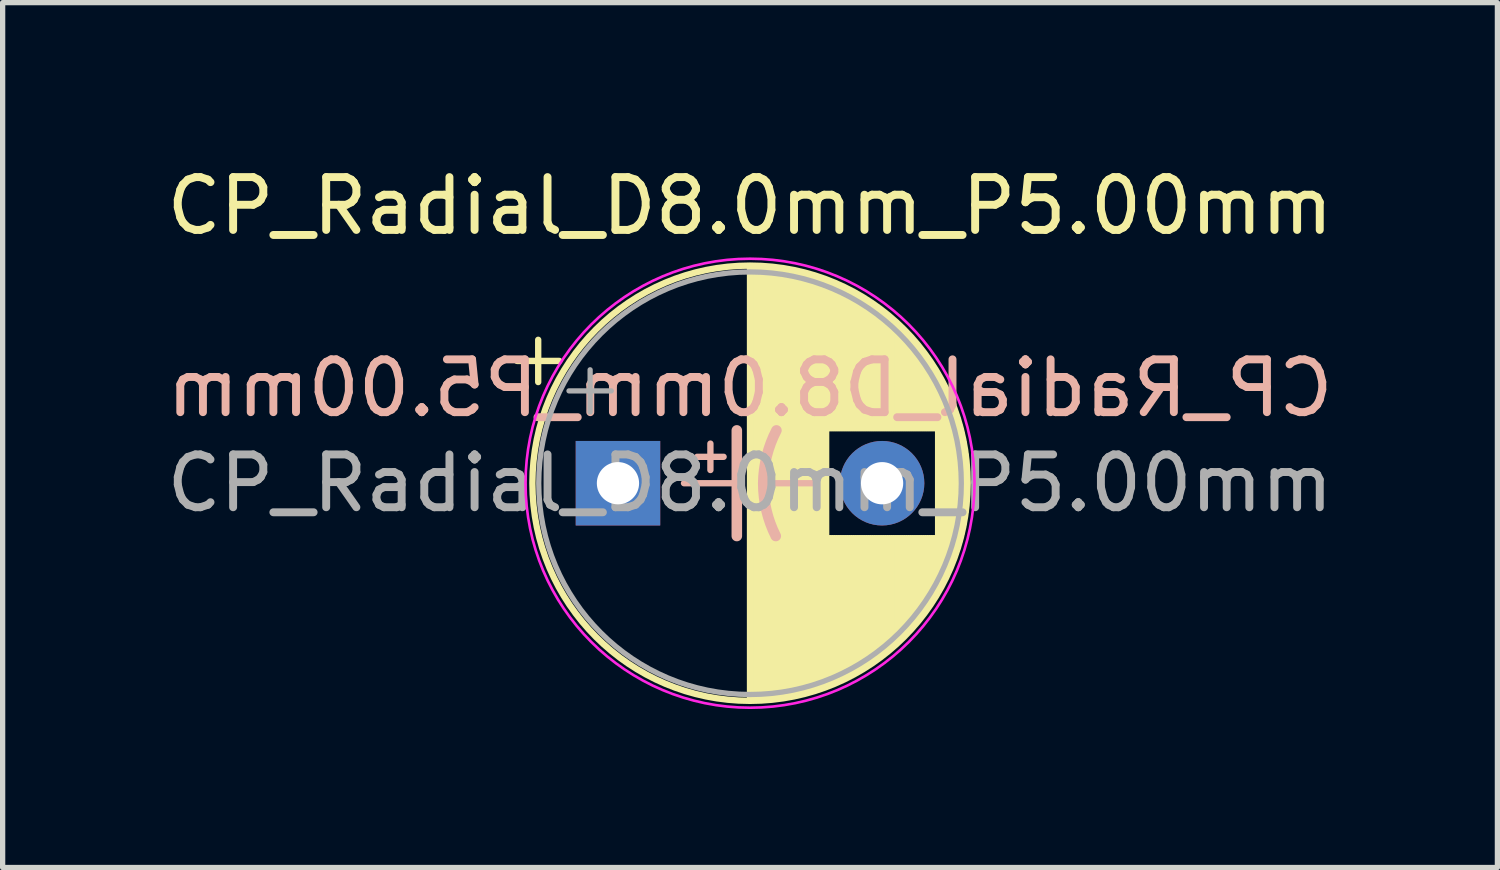
<source format=kicad_pcb>
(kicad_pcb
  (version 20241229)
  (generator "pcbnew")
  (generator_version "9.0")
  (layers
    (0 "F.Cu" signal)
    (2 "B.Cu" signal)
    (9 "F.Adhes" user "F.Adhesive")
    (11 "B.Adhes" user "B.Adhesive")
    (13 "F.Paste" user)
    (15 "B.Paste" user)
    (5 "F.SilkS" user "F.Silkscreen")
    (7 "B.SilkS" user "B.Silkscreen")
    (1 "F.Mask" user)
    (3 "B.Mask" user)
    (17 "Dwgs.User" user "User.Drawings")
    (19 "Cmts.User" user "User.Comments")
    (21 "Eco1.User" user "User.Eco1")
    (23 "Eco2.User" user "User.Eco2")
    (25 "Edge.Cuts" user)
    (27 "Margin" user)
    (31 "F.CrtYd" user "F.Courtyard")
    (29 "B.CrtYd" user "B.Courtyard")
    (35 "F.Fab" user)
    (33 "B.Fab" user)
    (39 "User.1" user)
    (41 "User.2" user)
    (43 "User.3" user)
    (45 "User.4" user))
  (footprint "CP_Radial_D8.0mm_P5.00mm"
    (layer "F.Cu")
    (at 8.649 6.098)
    (property "Reference" "CP_Radial_D8.0mm_P5.00mm" (at 2.5 -5.25 0) (layer "F.SilkS") (effects (font (size 1 1) (thickness 0.15))))
    (fp_line (start -1.91 -2.315) (end -1.11 -2.315) (stroke (width 0.12) (type solid)) (layer "F.SilkS"))
    (fp_line (start -1.51 -2.715) (end -1.51 -1.915) (stroke (width 0.12) (type solid)) (layer "F.SilkS"))
    (fp_line (start 2.5 -4.08) (end 2.5 4.08) (stroke (width 0.12) (type solid)) (layer "F.SilkS"))
    (fp_line (start 2.54 -4.08) (end 2.54 4.08) (stroke (width 0.12) (type solid)) (layer "F.SilkS"))
    (fp_line (start 2.58 -4.08) (end 2.58 4.08) (stroke (width 0.12) (type solid)) (layer "F.SilkS"))
    (fp_line (start 2.62 -4.079) (end 2.62 4.079) (stroke (width 0.12) (type solid)) (layer "F.SilkS"))
    (fp_line (start 2.66 -4.077) (end 2.66 4.077) (stroke (width 0.12) (type solid)) (layer "F.SilkS"))
    (fp_line (start 2.7 -4.076) (end 2.7 4.076) (stroke (width 0.12) (type solid)) (layer "F.SilkS"))
    (fp_line (start 2.74 -4.074) (end 2.74 4.074) (stroke (width 0.12) (type solid)) (layer "F.SilkS"))
    (fp_line (start 2.78 -4.071) (end 2.78 4.071) (stroke (width 0.12) (type solid)) (layer "F.SilkS"))
    (fp_line (start 2.82 -4.068) (end 2.82 4.068) (stroke (width 0.12) (type solid)) (layer "F.SilkS"))
    (fp_line (start 2.86 -4.065) (end 2.86 4.065) (stroke (width 0.12) (type solid)) (layer "F.SilkS"))
    (fp_line (start 2.9 -4.061) (end 2.9 4.061) (stroke (width 0.12) (type solid)) (layer "F.SilkS"))
    (fp_line (start 2.94 -4.057) (end 2.94 4.057) (stroke (width 0.12) (type solid)) (layer "F.SilkS"))
    (fp_line (start 2.98 -4.052) (end 2.98 4.052) (stroke (width 0.12) (type solid)) (layer "F.SilkS"))
    (fp_line (start 3.02 -4.048) (end 3.02 4.048) (stroke (width 0.12) (type solid)) (layer "F.SilkS"))
    (fp_line (start 3.06 -4.042) (end 3.06 4.042) (stroke (width 0.12) (type solid)) (layer "F.SilkS"))
    (fp_line (start 3.1 -4.037) (end 3.1 4.037) (stroke (width 0.12) (type solid)) (layer "F.SilkS"))
    (fp_line (start 3.14 -4.03) (end 3.14 4.03) (stroke (width 0.12) (type solid)) (layer "F.SilkS"))
    (fp_line (start 3.18 -4.024) (end 3.18 4.024) (stroke (width 0.12) (type solid)) (layer "F.SilkS"))
    (fp_line (start 3.221 -4.017) (end 3.221 4.017) (stroke (width 0.12) (type solid)) (layer "F.SilkS"))
    (fp_line (start 3.261 -4.01) (end 3.261 4.01) (stroke (width 0.12) (type solid)) (layer "F.SilkS"))
    (fp_line (start 3.301 -4.002) (end 3.301 4.002) (stroke (width 0.12) (type solid)) (layer "F.SilkS"))
    (fp_line (start 3.341 -3.994) (end 3.341 3.994) (stroke (width 0.12) (type solid)) (layer "F.SilkS"))
    (fp_line (start 3.381 -3.985) (end 3.381 3.985) (stroke (width 0.12) (type solid)) (layer "F.SilkS"))
    (fp_line (start 3.421 -3.976) (end 3.421 3.976) (stroke (width 0.12) (type solid)) (layer "F.SilkS"))
    (fp_line (start 3.461 -3.967) (end 3.461 3.967) (stroke (width 0.12) (type solid)) (layer "F.SilkS"))
    (fp_line (start 3.501 -3.957) (end 3.501 3.957) (stroke (width 0.12) (type solid)) (layer "F.SilkS"))
    (fp_line (start 3.541 -3.947) (end 3.541 3.947) (stroke (width 0.12) (type solid)) (layer "F.SilkS"))
    (fp_line (start 3.581 -3.936) (end 3.581 3.936) (stroke (width 0.12) (type solid)) (layer "F.SilkS"))
    (fp_line (start 3.621 -3.925) (end 3.621 3.925) (stroke (width 0.12) (type solid)) (layer "F.SilkS"))
    (fp_line (start 3.661 -3.914) (end 3.661 3.914) (stroke (width 0.12) (type solid)) (layer "F.SilkS"))
    (fp_line (start 3.701 -3.902) (end 3.701 3.902) (stroke (width 0.12) (type solid)) (layer "F.SilkS"))
    (fp_line (start 3.741 -3.889) (end 3.741 3.889) (stroke (width 0.12) (type solid)) (layer "F.SilkS"))
    (fp_line (start 3.781 -3.877) (end 3.781 3.877) (stroke (width 0.12) (type solid)) (layer "F.SilkS"))
    (fp_line (start 3.821 -3.863) (end 3.821 3.863) (stroke (width 0.12) (type solid)) (layer "F.SilkS"))
    (fp_line (start 3.861 -3.85) (end 3.861 3.85) (stroke (width 0.12) (type solid)) (layer "F.SilkS"))
    (fp_line (start 3.901 -3.835) (end 3.901 3.835) (stroke (width 0.12) (type solid)) (layer "F.SilkS"))
    (fp_line (start 3.941 -3.821) (end 3.941 3.821) (stroke (width 0.12) (type solid)) (layer "F.SilkS"))
    (fp_line (start 3.981 -3.805) (end 3.981 -1.04) (stroke (width 0.12) (type solid)) (layer "F.SilkS"))
    (fp_line (start 3.981 1.04) (end 3.981 3.805) (stroke (width 0.12) (type solid)) (layer "F.SilkS"))
    (fp_line (start 4.021 -3.79) (end 4.021 -1.04) (stroke (width 0.12) (type solid)) (layer "F.SilkS"))
    (fp_line (start 4.021 1.04) (end 4.021 3.79) (stroke (width 0.12) (type solid)) (layer "F.SilkS"))
    (fp_line (start 4.061 -3.774) (end 4.061 -1.04) (stroke (width 0.12) (type solid)) (layer "F.SilkS"))
    (fp_line (start 4.061 1.04) (end 4.061 3.774) (stroke (width 0.12) (type solid)) (layer "F.SilkS"))
    (fp_line (start 4.101 -3.757) (end 4.101 -1.04) (stroke (width 0.12) (type solid)) (layer "F.SilkS"))
    (fp_line (start 4.101 1.04) (end 4.101 3.757) (stroke (width 0.12) (type solid)) (layer "F.SilkS"))
    (fp_line (start 4.141 -3.74) (end 4.141 -1.04) (stroke (width 0.12) (type solid)) (layer "F.SilkS"))
    (fp_line (start 4.141 1.04) (end 4.141 3.74) (stroke (width 0.12) (type solid)) (layer "F.SilkS"))
    (fp_line (start 4.181 -3.722) (end 4.181 -1.04) (stroke (width 0.12) (type solid)) (layer "F.SilkS"))
    (fp_line (start 4.181 1.04) (end 4.181 3.722) (stroke (width 0.12) (type solid)) (layer "F.SilkS"))
    (fp_line (start 4.221 -3.704) (end 4.221 -1.04) (stroke (width 0.12) (type solid)) (layer "F.SilkS"))
    (fp_line (start 4.221 1.04) (end 4.221 3.704) (stroke (width 0.12) (type solid)) (layer "F.SilkS"))
    (fp_line (start 4.261 -3.686) (end 4.261 -1.04) (stroke (width 0.12) (type solid)) (layer "F.SilkS"))
    (fp_line (start 4.261 1.04) (end 4.261 3.686) (stroke (width 0.12) (type solid)) (layer "F.SilkS"))
    (fp_line (start 4.301 -3.666) (end 4.301 -1.04) (stroke (width 0.12) (type solid)) (layer "F.SilkS"))
    (fp_line (start 4.301 1.04) (end 4.301 3.666) (stroke (width 0.12) (type solid)) (layer "F.SilkS"))
    (fp_line (start 4.341 -3.647) (end 4.341 -1.04) (stroke (width 0.12) (type solid)) (layer "F.SilkS"))
    (fp_line (start 4.341 1.04) (end 4.341 3.647) (stroke (width 0.12) (type solid)) (layer "F.SilkS"))
    (fp_line (start 4.381 -3.627) (end 4.381 -1.04) (stroke (width 0.12) (type solid)) (layer "F.SilkS"))
    (fp_line (start 4.381 1.04) (end 4.381 3.627) (stroke (width 0.12) (type solid)) (layer "F.SilkS"))
    (fp_line (start 4.421 -3.606) (end 4.421 -1.04) (stroke (width 0.12) (type solid)) (layer "F.SilkS"))
    (fp_line (start 4.421 1.04) (end 4.421 3.606) (stroke (width 0.12) (type solid)) (layer "F.SilkS"))
    (fp_line (start 4.461 -3.584) (end 4.461 -1.04) (stroke (width 0.12) (type solid)) (layer "F.SilkS"))
    (fp_line (start 4.461 1.04) (end 4.461 3.584) (stroke (width 0.12) (type solid)) (layer "F.SilkS"))
    (fp_line (start 4.501 -3.562) (end 4.501 -1.04) (stroke (width 0.12) (type solid)) (layer "F.SilkS"))
    (fp_line (start 4.501 1.04) (end 4.501 3.562) (stroke (width 0.12) (type solid)) (layer "F.SilkS"))
    (fp_line (start 4.541 -3.54) (end 4.541 -1.04) (stroke (width 0.12) (type solid)) (layer "F.SilkS"))
    (fp_line (start 4.541 1.04) (end 4.541 3.54) (stroke (width 0.12) (type solid)) (layer "F.SilkS"))
    (fp_line (start 4.581 -3.517) (end 4.581 -1.04) (stroke (width 0.12) (type solid)) (layer "F.SilkS"))
    (fp_line (start 4.581 1.04) (end 4.581 3.517) (stroke (width 0.12) (type solid)) (layer "F.SilkS"))
    (fp_line (start 4.621 -3.493) (end 4.621 -1.04) (stroke (width 0.12) (type solid)) (layer "F.SilkS"))
    (fp_line (start 4.621 1.04) (end 4.621 3.493) (stroke (width 0.12) (type solid)) (layer "F.SilkS"))
    (fp_line (start 4.661 -3.469) (end 4.661 -1.04) (stroke (width 0.12) (type solid)) (layer "F.SilkS"))
    (fp_line (start 4.661 1.04) (end 4.661 3.469) (stroke (width 0.12) (type solid)) (layer "F.SilkS"))
    (fp_line (start 4.701 -3.444) (end 4.701 -1.04) (stroke (width 0.12) (type solid)) (layer "F.SilkS"))
    (fp_line (start 4.701 1.04) (end 4.701 3.444) (stroke (width 0.12) (type solid)) (layer "F.SilkS"))
    (fp_line (start 4.741 -3.418) (end 4.741 -1.04) (stroke (width 0.12) (type solid)) (layer "F.SilkS"))
    (fp_line (start 4.741 1.04) (end 4.741 3.418) (stroke (width 0.12) (type solid)) (layer "F.SilkS"))
    (fp_line (start 4.781 -3.392) (end 4.781 -1.04) (stroke (width 0.12) (type solid)) (layer "F.SilkS"))
    (fp_line (start 4.781 1.04) (end 4.781 3.392) (stroke (width 0.12) (type solid)) (layer "F.SilkS"))
    (fp_line (start 4.821 -3.365) (end 4.821 -1.04) (stroke (width 0.12) (type solid)) (layer "F.SilkS"))
    (fp_line (start 4.821 1.04) (end 4.821 3.365) (stroke (width 0.12) (type solid)) (layer "F.SilkS"))
    (fp_line (start 4.861 -3.338) (end 4.861 -1.04) (stroke (width 0.12) (type solid)) (layer "F.SilkS"))
    (fp_line (start 4.861 1.04) (end 4.861 3.338) (stroke (width 0.12) (type solid)) (layer "F.SilkS"))
    (fp_line (start 4.901 -3.309) (end 4.901 -1.04) (stroke (width 0.12) (type solid)) (layer "F.SilkS"))
    (fp_line (start 4.901 1.04) (end 4.901 3.309) (stroke (width 0.12) (type solid)) (layer "F.SilkS"))
    (fp_line (start 4.941 -3.28) (end 4.941 -1.04) (stroke (width 0.12) (type solid)) (layer "F.SilkS"))
    (fp_line (start 4.941 1.04) (end 4.941 3.28) (stroke (width 0.12) (type solid)) (layer "F.SilkS"))
    (fp_line (start 4.981 -3.25) (end 4.981 -1.04) (stroke (width 0.12) (type solid)) (layer "F.SilkS"))
    (fp_line (start 4.981 1.04) (end 4.981 3.25) (stroke (width 0.12) (type solid)) (layer "F.SilkS"))
    (fp_line (start 5.021 -3.22) (end 5.021 -1.04) (stroke (width 0.12) (type solid)) (layer "F.SilkS"))
    (fp_line (start 5.021 1.04) (end 5.021 3.22) (stroke (width 0.12) (type solid)) (layer "F.SilkS"))
    (fp_line (start 5.061 -3.189) (end 5.061 -1.04) (stroke (width 0.12) (type solid)) (layer "F.SilkS"))
    (fp_line (start 5.061 1.04) (end 5.061 3.189) (stroke (width 0.12) (type solid)) (layer "F.SilkS"))
    (fp_line (start 5.101 -3.156) (end 5.101 -1.04) (stroke (width 0.12) (type solid)) (layer "F.SilkS"))
    (fp_line (start 5.101 1.04) (end 5.101 3.156) (stroke (width 0.12) (type solid)) (layer "F.SilkS"))
    (fp_line (start 5.141 -3.124) (end 5.141 -1.04) (stroke (width 0.12) (type solid)) (layer "F.SilkS"))
    (fp_line (start 5.141 1.04) (end 5.141 3.124) (stroke (width 0.12) (type solid)) (layer "F.SilkS"))
    (fp_line (start 5.181 -3.09) (end 5.181 -1.04) (stroke (width 0.12) (type solid)) (layer "F.SilkS"))
    (fp_line (start 5.181 1.04) (end 5.181 3.09) (stroke (width 0.12) (type solid)) (layer "F.SilkS"))
    (fp_line (start 5.221 -3.055) (end 5.221 -1.04) (stroke (width 0.12) (type solid)) (layer "F.SilkS"))
    (fp_line (start 5.221 1.04) (end 5.221 3.055) (stroke (width 0.12) (type solid)) (layer "F.SilkS"))
    (fp_line (start 5.261 -3.019) (end 5.261 -1.04) (stroke (width 0.12) (type solid)) (layer "F.SilkS"))
    (fp_line (start 5.261 1.04) (end 5.261 3.019) (stroke (width 0.12) (type solid)) (layer "F.SilkS"))
    (fp_line (start 5.301 -2.983) (end 5.301 -1.04) (stroke (width 0.12) (type solid)) (layer "F.SilkS"))
    (fp_line (start 5.301 1.04) (end 5.301 2.983) (stroke (width 0.12) (type solid)) (layer "F.SilkS"))
    (fp_line (start 5.341 -2.945) (end 5.341 -1.04) (stroke (width 0.12) (type solid)) (layer "F.SilkS"))
    (fp_line (start 5.341 1.04) (end 5.341 2.945) (stroke (width 0.12) (type solid)) (layer "F.SilkS"))
    (fp_line (start 5.381 -2.907) (end 5.381 -1.04) (stroke (width 0.12) (type solid)) (layer "F.SilkS"))
    (fp_line (start 5.381 1.04) (end 5.381 2.907) (stroke (width 0.12) (type solid)) (layer "F.SilkS"))
    (fp_line (start 5.421 -2.867) (end 5.421 -1.04) (stroke (width 0.12) (type solid)) (layer "F.SilkS"))
    (fp_line (start 5.421 1.04) (end 5.421 2.867) (stroke (width 0.12) (type solid)) (layer "F.SilkS"))
    (fp_line (start 5.461 -2.826) (end 5.461 -1.04) (stroke (width 0.12) (type solid)) (layer "F.SilkS"))
    (fp_line (start 5.461 1.04) (end 5.461 2.826) (stroke (width 0.12) (type solid)) (layer "F.SilkS"))
    (fp_line (start 5.501 -2.784) (end 5.501 -1.04) (stroke (width 0.12) (type solid)) (layer "F.SilkS"))
    (fp_line (start 5.501 1.04) (end 5.501 2.784) (stroke (width 0.12) (type solid)) (layer "F.SilkS"))
    (fp_line (start 5.541 -2.741) (end 5.541 -1.04) (stroke (width 0.12) (type solid)) (layer "F.SilkS"))
    (fp_line (start 5.541 1.04) (end 5.541 2.741) (stroke (width 0.12) (type solid)) (layer "F.SilkS"))
    (fp_line (start 5.581 -2.697) (end 5.581 -1.04) (stroke (width 0.12) (type solid)) (layer "F.SilkS"))
    (fp_line (start 5.581 1.04) (end 5.581 2.697) (stroke (width 0.12) (type solid)) (layer "F.SilkS"))
    (fp_line (start 5.621 -2.651) (end 5.621 -1.04) (stroke (width 0.12) (type solid)) (layer "F.SilkS"))
    (fp_line (start 5.621 1.04) (end 5.621 2.651) (stroke (width 0.12) (type solid)) (layer "F.SilkS"))
    (fp_line (start 5.661 -2.604) (end 5.661 -1.04) (stroke (width 0.12) (type solid)) (layer "F.SilkS"))
    (fp_line (start 5.661 1.04) (end 5.661 2.604) (stroke (width 0.12) (type solid)) (layer "F.SilkS"))
    (fp_line (start 5.701 -2.556) (end 5.701 -1.04) (stroke (width 0.12) (type solid)) (layer "F.SilkS"))
    (fp_line (start 5.701 1.04) (end 5.701 2.556) (stroke (width 0.12) (type solid)) (layer "F.SilkS"))
    (fp_line (start 5.741 -2.505) (end 5.741 -1.04) (stroke (width 0.12) (type solid)) (layer "F.SilkS"))
    (fp_line (start 5.741 1.04) (end 5.741 2.505) (stroke (width 0.12) (type solid)) (layer "F.SilkS"))
    (fp_line (start 5.781 -2.454) (end 5.781 -1.04) (stroke (width 0.12) (type solid)) (layer "F.SilkS"))
    (fp_line (start 5.781 1.04) (end 5.781 2.454) (stroke (width 0.12) (type solid)) (layer "F.SilkS"))
    (fp_line (start 5.821 -2.4) (end 5.821 -1.04) (stroke (width 0.12) (type solid)) (layer "F.SilkS"))
    (fp_line (start 5.821 1.04) (end 5.821 2.4) (stroke (width 0.12) (type solid)) (layer "F.SilkS"))
    (fp_line (start 5.861 -2.345) (end 5.861 -1.04) (stroke (width 0.12) (type solid)) (layer "F.SilkS"))
    (fp_line (start 5.861 1.04) (end 5.861 2.345) (stroke (width 0.12) (type solid)) (layer "F.SilkS"))
    (fp_line (start 5.901 -2.287) (end 5.901 -1.04) (stroke (width 0.12) (type solid)) (layer "F.SilkS"))
    (fp_line (start 5.901 1.04) (end 5.901 2.287) (stroke (width 0.12) (type solid)) (layer "F.SilkS"))
    (fp_line (start 5.941 -2.228) (end 5.941 -1.04) (stroke (width 0.12) (type solid)) (layer "F.SilkS"))
    (fp_line (start 5.941 1.04) (end 5.941 2.228) (stroke (width 0.12) (type solid)) (layer "F.SilkS"))
    (fp_line (start 5.981 -2.166) (end 5.981 -1.04) (stroke (width 0.12) (type solid)) (layer "F.SilkS"))
    (fp_line (start 5.981 1.04) (end 5.981 2.166) (stroke (width 0.12) (type solid)) (layer "F.SilkS"))
    (fp_line (start 6.021 -2.102) (end 6.021 -1.04) (stroke (width 0.12) (type solid)) (layer "F.SilkS"))
    (fp_line (start 6.021 1.04) (end 6.021 2.102) (stroke (width 0.12) (type solid)) (layer "F.SilkS"))
    (fp_line (start 6.061 -2.034) (end 6.061 2.034) (stroke (width 0.12) (type solid)) (layer "F.SilkS"))
    (fp_line (start 6.101 -1.964) (end 6.101 1.964) (stroke (width 0.12) (type solid)) (layer "F.SilkS"))
    (fp_line (start 6.141 -1.89) (end 6.141 1.89) (stroke (width 0.12) (type solid)) (layer "F.SilkS"))
    (fp_line (start 6.181 -1.813) (end 6.181 1.813) (stroke (width 0.12) (type solid)) (layer "F.SilkS"))
    (fp_line (start 6.221 -1.731) (end 6.221 1.731) (stroke (width 0.12) (type solid)) (layer "F.SilkS"))
    (fp_line (start 6.261 -1.645) (end 6.261 1.645) (stroke (width 0.12) (type solid)) (layer "F.SilkS"))
    (fp_line (start 6.301 -1.552) (end 6.301 1.552) (stroke (width 0.12) (type solid)) (layer "F.SilkS"))
    (fp_line (start 6.341 -1.453) (end 6.341 1.453) (stroke (width 0.12) (type solid)) (layer "F.SilkS"))
    (fp_line (start 6.381 -1.346) (end 6.381 1.346) (stroke (width 0.12) (type solid)) (layer "F.SilkS"))
    (fp_line (start 6.421 -1.229) (end 6.421 1.229) (stroke (width 0.12) (type solid)) (layer "F.SilkS"))
    (fp_line (start 6.461 -1.098) (end 6.461 1.098) (stroke (width 0.12) (type solid)) (layer "F.SilkS"))
    (fp_line (start 6.501 -0.948) (end 6.501 0.948) (stroke (width 0.12) (type solid)) (layer "F.SilkS"))
    (fp_line (start 6.541 -0.768) (end 6.541 0.768) (stroke (width 0.12) (type solid)) (layer "F.SilkS"))
    (fp_line (start 6.581 -0.533) (end 6.581 0.533) (stroke (width 0.12) (type solid)) (layer "F.SilkS"))
    (fp_circle (center 2.5 0) (end 6.62 0) (stroke (width 0.12) (type solid)) (fill no) (layer "F.SilkS"))
    (fp_line (start 1.25 0) (end 2.25 0) (stroke (width 0.12) (type solid)) (layer "B.SilkS"))
    (fp_line (start 1.5 -0.5) (end 2 -0.5) (stroke (width 0.12) (type solid)) (layer "B.SilkS"))
    (fp_line (start 1.75 -0.75) (end 1.75 -0.25) (stroke (width 0.12) (type solid)) (layer "B.SilkS"))
    (fp_line (start 2.25 1) (end 2.25 -1) (stroke (width 0.2) (type solid)) (layer "B.SilkS"))
    (fp_line (start 3.75 0) (end 2.75 0) (stroke (width 0.12) (type solid)) (layer "B.SilkS"))
    (fp_arc (start 2.75 0) (mid 2.816707 -0.514573) (end 3 -1) (stroke (width 0.2) (type solid)) (layer "B.SilkS"))
    (fp_arc (start 2.987539 1) (mid 2.810248 0.513901) (end 2.75 0) (stroke (width 0.2) (type solid)) (layer "B.SilkS"))
    (fp_circle (center 2.5 0) (end 6.75 0) (stroke (width 0.05) (type solid)) (fill no) (layer "F.CrtYd"))
    (fp_line (start -0.927 -1.748) (end -0.127 -1.748) (stroke (width 0.1) (type solid)) (layer "F.Fab"))
    (fp_line (start -0.527 -2.147) (end -0.527 -1.347) (stroke (width 0.1) (type solid)) (layer "F.Fab"))
    (fp_circle (center 2.5 0) (end 6.5 0) (stroke (width 0.1) (type solid)) (fill no) (layer "F.Fab"))
    (fp_text user "${REFERENCE}" (at 2.5 -1.8 0) (layer "B.SilkS") (effects (font (size 1 1) (thickness 0.15)) (justify mirror)))
    (fp_text user "${REFERENCE}" (at 2.5 0 0) (layer "F.Fab") (effects (font (size 1 1) (thickness 0.15))))
    (pad "1" thru_hole rect (at 0 0) (size 1.6 1.6) (drill 0.8) (layers "*.Cu" "*.Mask"))
    (pad "2" thru_hole circle (at 5 0) (size 1.6 1.6) (drill 0.8) (layers "*.Cu" "*.Mask")))
  (gr_rect
    (start -3 -3)
    (end 25.298 13.373)
    (stroke (width 0.1) (type default))
    (fill no)
    (layer "Edge.Cuts")))
</source>
